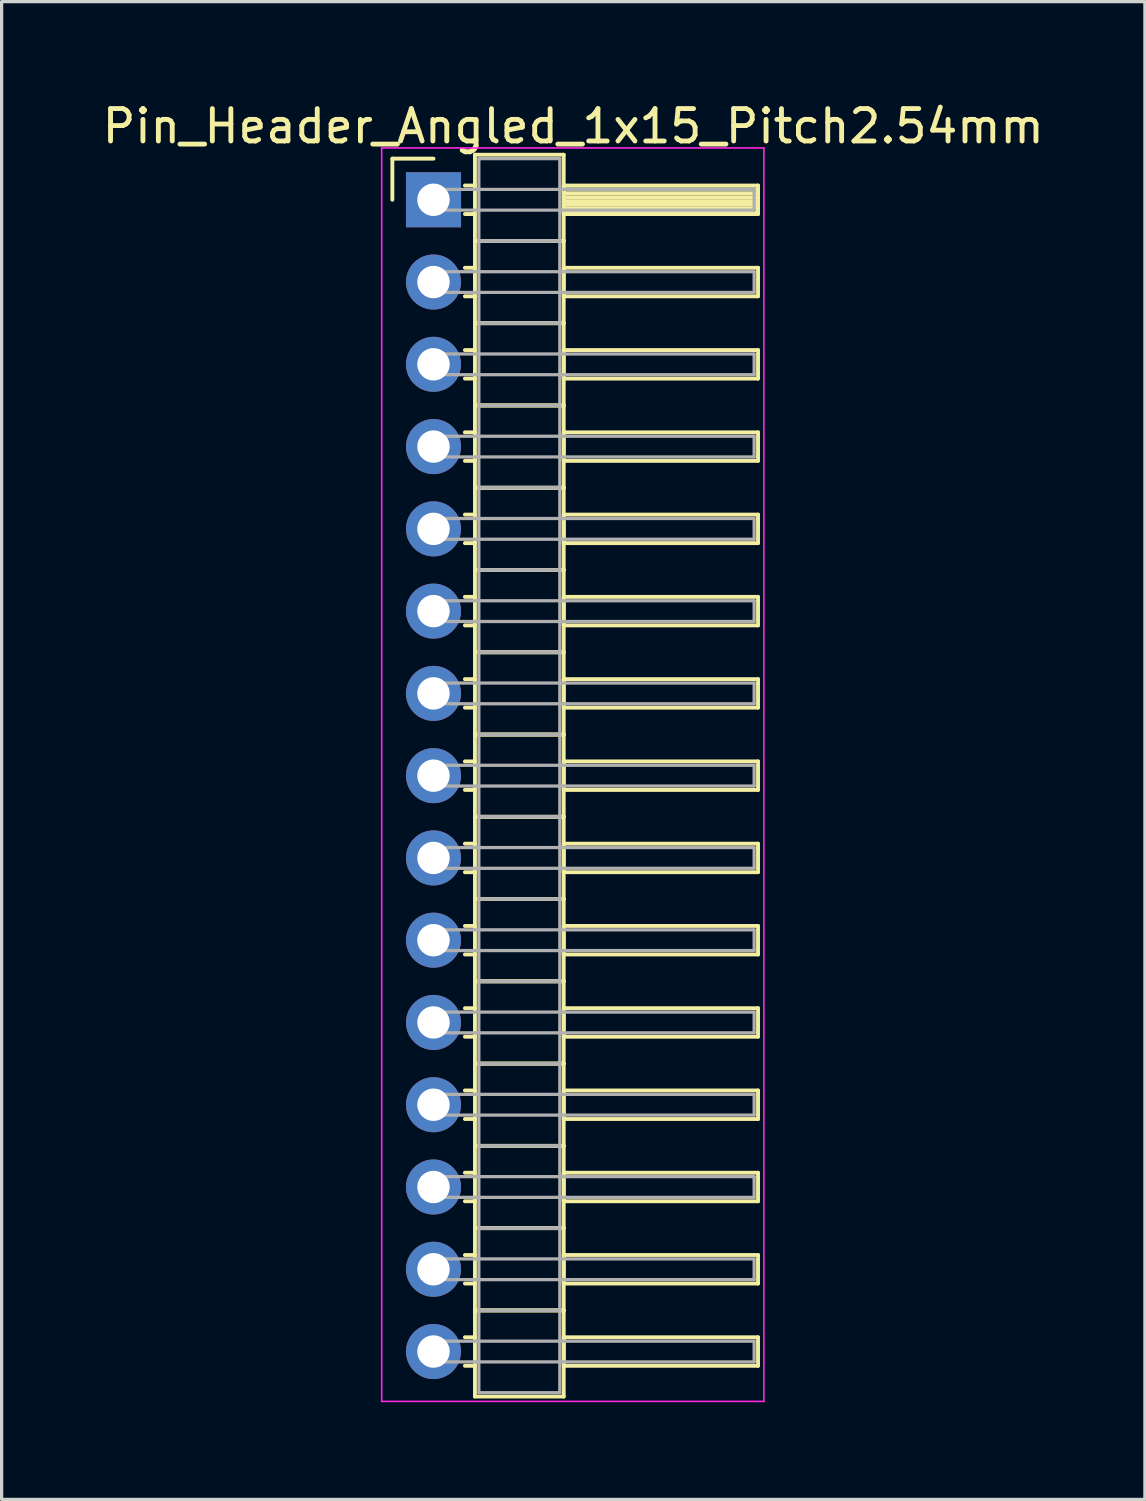
<source format=kicad_pcb>
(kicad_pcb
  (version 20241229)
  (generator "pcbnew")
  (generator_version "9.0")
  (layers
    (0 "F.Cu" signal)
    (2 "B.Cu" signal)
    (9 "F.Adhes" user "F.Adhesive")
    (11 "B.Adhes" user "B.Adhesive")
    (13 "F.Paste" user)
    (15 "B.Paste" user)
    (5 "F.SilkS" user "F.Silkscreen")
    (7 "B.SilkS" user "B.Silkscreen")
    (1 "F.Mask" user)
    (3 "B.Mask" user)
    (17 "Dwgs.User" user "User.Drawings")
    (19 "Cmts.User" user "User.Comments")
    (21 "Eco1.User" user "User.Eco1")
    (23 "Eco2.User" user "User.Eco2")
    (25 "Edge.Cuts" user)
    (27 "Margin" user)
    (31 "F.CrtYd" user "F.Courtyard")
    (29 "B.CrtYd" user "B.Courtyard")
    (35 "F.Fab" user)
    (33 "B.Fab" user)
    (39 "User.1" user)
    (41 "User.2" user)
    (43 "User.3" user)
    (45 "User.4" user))
  (footprint "Pin_Header_Angled_1x15_Pitch2.54mm"
    (layer "F.Cu")
    (at 10.334 3.118)
    (property "Reference" "Pin_Header_Angled_1x15_Pitch2.54mm" (at 4.315 -2.27 0) (layer "F.SilkS") (effects (font (size 1 1) (thickness 0.15))))
    (attr through_hole)
    (fp_line (start -1.27 -1.27) (end 0 -1.27) (stroke (width 0.12) (type solid)) (layer "F.SilkS"))
    (fp_line (start -1.27 0) (end -1.27 -1.27) (stroke (width 0.12) (type solid)) (layer "F.SilkS"))
    (fp_line (start 0.97 -0.44) (end 1.28 -0.44) (stroke (width 0.12) (type solid)) (layer "F.SilkS"))
    (fp_line (start 0.97 0.44) (end 1.28 0.44) (stroke (width 0.12) (type solid)) (layer "F.SilkS"))
    (fp_line (start 0.97 2.1) (end 1.28 2.1) (stroke (width 0.12) (type solid)) (layer "F.SilkS"))
    (fp_line (start 0.97 2.98) (end 1.28 2.98) (stroke (width 0.12) (type solid)) (layer "F.SilkS"))
    (fp_line (start 0.97 4.64) (end 1.28 4.64) (stroke (width 0.12) (type solid)) (layer "F.SilkS"))
    (fp_line (start 0.97 5.52) (end 1.28 5.52) (stroke (width 0.12) (type solid)) (layer "F.SilkS"))
    (fp_line (start 0.97 7.18) (end 1.28 7.18) (stroke (width 0.12) (type solid)) (layer "F.SilkS"))
    (fp_line (start 0.97 8.06) (end 1.28 8.06) (stroke (width 0.12) (type solid)) (layer "F.SilkS"))
    (fp_line (start 0.97 9.72) (end 1.28 9.72) (stroke (width 0.12) (type solid)) (layer "F.SilkS"))
    (fp_line (start 0.97 10.6) (end 1.28 10.6) (stroke (width 0.12) (type solid)) (layer "F.SilkS"))
    (fp_line (start 0.97 12.26) (end 1.28 12.26) (stroke (width 0.12) (type solid)) (layer "F.SilkS"))
    (fp_line (start 0.97 13.14) (end 1.28 13.14) (stroke (width 0.12) (type solid)) (layer "F.SilkS"))
    (fp_line (start 0.97 14.8) (end 1.28 14.8) (stroke (width 0.12) (type solid)) (layer "F.SilkS"))
    (fp_line (start 0.97 15.68) (end 1.28 15.68) (stroke (width 0.12) (type solid)) (layer "F.SilkS"))
    (fp_line (start 0.97 17.34) (end 1.28 17.34) (stroke (width 0.12) (type solid)) (layer "F.SilkS"))
    (fp_line (start 0.97 18.22) (end 1.28 18.22) (stroke (width 0.12) (type solid)) (layer "F.SilkS"))
    (fp_line (start 0.97 19.88) (end 1.28 19.88) (stroke (width 0.12) (type solid)) (layer "F.SilkS"))
    (fp_line (start 0.97 20.76) (end 1.28 20.76) (stroke (width 0.12) (type solid)) (layer "F.SilkS"))
    (fp_line (start 0.97 22.42) (end 1.28 22.42) (stroke (width 0.12) (type solid)) (layer "F.SilkS"))
    (fp_line (start 0.97 23.3) (end 1.28 23.3) (stroke (width 0.12) (type solid)) (layer "F.SilkS"))
    (fp_line (start 0.97 24.96) (end 1.28 24.96) (stroke (width 0.12) (type solid)) (layer "F.SilkS"))
    (fp_line (start 0.97 25.84) (end 1.28 25.84) (stroke (width 0.12) (type solid)) (layer "F.SilkS"))
    (fp_line (start 0.97 27.5) (end 1.28 27.5) (stroke (width 0.12) (type solid)) (layer "F.SilkS"))
    (fp_line (start 0.97 28.38) (end 1.28 28.38) (stroke (width 0.12) (type solid)) (layer "F.SilkS"))
    (fp_line (start 0.97 30.04) (end 1.28 30.04) (stroke (width 0.12) (type solid)) (layer "F.SilkS"))
    (fp_line (start 0.97 30.92) (end 1.28 30.92) (stroke (width 0.12) (type solid)) (layer "F.SilkS"))
    (fp_line (start 0.97 32.58) (end 1.28 32.58) (stroke (width 0.12) (type solid)) (layer "F.SilkS"))
    (fp_line (start 0.97 33.46) (end 1.28 33.46) (stroke (width 0.12) (type solid)) (layer "F.SilkS"))
    (fp_line (start 0.97 35.12) (end 1.28 35.12) (stroke (width 0.12) (type solid)) (layer "F.SilkS"))
    (fp_line (start 0.97 36) (end 1.28 36) (stroke (width 0.12) (type solid)) (layer "F.SilkS"))
    (fp_line (start 1.28 -1.39) (end 1.28 1.27) (stroke (width 0.12) (type solid)) (layer "F.SilkS"))
    (fp_line (start 1.28 1.27) (end 1.28 3.81) (stroke (width 0.12) (type solid)) (layer "F.SilkS"))
    (fp_line (start 1.28 1.27) (end 4.02 1.27) (stroke (width 0.12) (type solid)) (layer "F.SilkS"))
    (fp_line (start 1.28 3.81) (end 1.28 6.35) (stroke (width 0.12) (type solid)) (layer "F.SilkS"))
    (fp_line (start 1.28 3.81) (end 4.02 3.81) (stroke (width 0.12) (type solid)) (layer "F.SilkS"))
    (fp_line (start 1.28 6.35) (end 1.28 8.89) (stroke (width 0.12) (type solid)) (layer "F.SilkS"))
    (fp_line (start 1.28 6.35) (end 4.02 6.35) (stroke (width 0.12) (type solid)) (layer "F.SilkS"))
    (fp_line (start 1.28 8.89) (end 1.28 11.43) (stroke (width 0.12) (type solid)) (layer "F.SilkS"))
    (fp_line (start 1.28 8.89) (end 4.02 8.89) (stroke (width 0.12) (type solid)) (layer "F.SilkS"))
    (fp_line (start 1.28 11.43) (end 1.28 13.97) (stroke (width 0.12) (type solid)) (layer "F.SilkS"))
    (fp_line (start 1.28 11.43) (end 4.02 11.43) (stroke (width 0.12) (type solid)) (layer "F.SilkS"))
    (fp_line (start 1.28 13.97) (end 1.28 16.51) (stroke (width 0.12) (type solid)) (layer "F.SilkS"))
    (fp_line (start 1.28 13.97) (end 4.02 13.97) (stroke (width 0.12) (type solid)) (layer "F.SilkS"))
    (fp_line (start 1.28 16.51) (end 1.28 19.05) (stroke (width 0.12) (type solid)) (layer "F.SilkS"))
    (fp_line (start 1.28 16.51) (end 4.02 16.51) (stroke (width 0.12) (type solid)) (layer "F.SilkS"))
    (fp_line (start 1.28 19.05) (end 1.28 21.59) (stroke (width 0.12) (type solid)) (layer "F.SilkS"))
    (fp_line (start 1.28 19.05) (end 4.02 19.05) (stroke (width 0.12) (type solid)) (layer "F.SilkS"))
    (fp_line (start 1.28 21.59) (end 1.28 24.13) (stroke (width 0.12) (type solid)) (layer "F.SilkS"))
    (fp_line (start 1.28 21.59) (end 4.02 21.59) (stroke (width 0.12) (type solid)) (layer "F.SilkS"))
    (fp_line (start 1.28 24.13) (end 1.28 26.67) (stroke (width 0.12) (type solid)) (layer "F.SilkS"))
    (fp_line (start 1.28 24.13) (end 4.02 24.13) (stroke (width 0.12) (type solid)) (layer "F.SilkS"))
    (fp_line (start 1.28 26.67) (end 1.28 29.21) (stroke (width 0.12) (type solid)) (layer "F.SilkS"))
    (fp_line (start 1.28 26.67) (end 4.02 26.67) (stroke (width 0.12) (type solid)) (layer "F.SilkS"))
    (fp_line (start 1.28 29.21) (end 1.28 31.75) (stroke (width 0.12) (type solid)) (layer "F.SilkS"))
    (fp_line (start 1.28 29.21) (end 4.02 29.21) (stroke (width 0.12) (type solid)) (layer "F.SilkS"))
    (fp_line (start 1.28 31.75) (end 1.28 34.29) (stroke (width 0.12) (type solid)) (layer "F.SilkS"))
    (fp_line (start 1.28 31.75) (end 4.02 31.75) (stroke (width 0.12) (type solid)) (layer "F.SilkS"))
    (fp_line (start 1.28 34.29) (end 1.28 36.95) (stroke (width 0.12) (type solid)) (layer "F.SilkS"))
    (fp_line (start 1.28 34.29) (end 4.02 34.29) (stroke (width 0.12) (type solid)) (layer "F.SilkS"))
    (fp_line (start 1.28 36.95) (end 4.02 36.95) (stroke (width 0.12) (type solid)) (layer "F.SilkS"))
    (fp_line (start 4.02 -1.39) (end 1.28 -1.39) (stroke (width 0.12) (type solid)) (layer "F.SilkS"))
    (fp_line (start 4.02 -0.44) (end 4.02 0.44) (stroke (width 0.12) (type solid)) (layer "F.SilkS"))
    (fp_line (start 4.02 -0.32) (end 10.02 -0.32) (stroke (width 0.12) (type solid)) (layer "F.SilkS"))
    (fp_line (start 4.02 -0.2) (end 10.02 -0.2) (stroke (width 0.12) (type solid)) (layer "F.SilkS"))
    (fp_line (start 4.02 -0.08) (end 10.02 -0.08) (stroke (width 0.12) (type solid)) (layer "F.SilkS"))
    (fp_line (start 4.02 0.04) (end 10.02 0.04) (stroke (width 0.12) (type solid)) (layer "F.SilkS"))
    (fp_line (start 4.02 0.16) (end 10.02 0.16) (stroke (width 0.12) (type solid)) (layer "F.SilkS"))
    (fp_line (start 4.02 0.28) (end 10.02 0.28) (stroke (width 0.12) (type solid)) (layer "F.SilkS"))
    (fp_line (start 4.02 0.4) (end 10.02 0.4) (stroke (width 0.12) (type solid)) (layer "F.SilkS"))
    (fp_line (start 4.02 0.44) (end 10.02 0.44) (stroke (width 0.12) (type solid)) (layer "F.SilkS"))
    (fp_line (start 4.02 1.27) (end 1.28 1.27) (stroke (width 0.12) (type solid)) (layer "F.SilkS"))
    (fp_line (start 4.02 1.27) (end 4.02 -1.39) (stroke (width 0.12) (type solid)) (layer "F.SilkS"))
    (fp_line (start 4.02 2.1) (end 4.02 2.98) (stroke (width 0.12) (type solid)) (layer "F.SilkS"))
    (fp_line (start 4.02 2.98) (end 10.02 2.98) (stroke (width 0.12) (type solid)) (layer "F.SilkS"))
    (fp_line (start 4.02 3.81) (end 1.28 3.81) (stroke (width 0.12) (type solid)) (layer "F.SilkS"))
    (fp_line (start 4.02 3.81) (end 4.02 1.27) (stroke (width 0.12) (type solid)) (layer "F.SilkS"))
    (fp_line (start 4.02 4.64) (end 4.02 5.52) (stroke (width 0.12) (type solid)) (layer "F.SilkS"))
    (fp_line (start 4.02 5.52) (end 10.02 5.52) (stroke (width 0.12) (type solid)) (layer "F.SilkS"))
    (fp_line (start 4.02 6.35) (end 1.28 6.35) (stroke (width 0.12) (type solid)) (layer "F.SilkS"))
    (fp_line (start 4.02 6.35) (end 4.02 3.81) (stroke (width 0.12) (type solid)) (layer "F.SilkS"))
    (fp_line (start 4.02 7.18) (end 4.02 8.06) (stroke (width 0.12) (type solid)) (layer "F.SilkS"))
    (fp_line (start 4.02 8.06) (end 10.02 8.06) (stroke (width 0.12) (type solid)) (layer "F.SilkS"))
    (fp_line (start 4.02 8.89) (end 1.28 8.89) (stroke (width 0.12) (type solid)) (layer "F.SilkS"))
    (fp_line (start 4.02 8.89) (end 4.02 6.35) (stroke (width 0.12) (type solid)) (layer "F.SilkS"))
    (fp_line (start 4.02 9.72) (end 4.02 10.6) (stroke (width 0.12) (type solid)) (layer "F.SilkS"))
    (fp_line (start 4.02 10.6) (end 10.02 10.6) (stroke (width 0.12) (type solid)) (layer "F.SilkS"))
    (fp_line (start 4.02 11.43) (end 1.28 11.43) (stroke (width 0.12) (type solid)) (layer "F.SilkS"))
    (fp_line (start 4.02 11.43) (end 4.02 8.89) (stroke (width 0.12) (type solid)) (layer "F.SilkS"))
    (fp_line (start 4.02 12.26) (end 4.02 13.14) (stroke (width 0.12) (type solid)) (layer "F.SilkS"))
    (fp_line (start 4.02 13.14) (end 10.02 13.14) (stroke (width 0.12) (type solid)) (layer "F.SilkS"))
    (fp_line (start 4.02 13.97) (end 1.28 13.97) (stroke (width 0.12) (type solid)) (layer "F.SilkS"))
    (fp_line (start 4.02 13.97) (end 4.02 11.43) (stroke (width 0.12) (type solid)) (layer "F.SilkS"))
    (fp_line (start 4.02 14.8) (end 4.02 15.68) (stroke (width 0.12) (type solid)) (layer "F.SilkS"))
    (fp_line (start 4.02 15.68) (end 10.02 15.68) (stroke (width 0.12) (type solid)) (layer "F.SilkS"))
    (fp_line (start 4.02 16.51) (end 1.28 16.51) (stroke (width 0.12) (type solid)) (layer "F.SilkS"))
    (fp_line (start 4.02 16.51) (end 4.02 13.97) (stroke (width 0.12) (type solid)) (layer "F.SilkS"))
    (fp_line (start 4.02 17.34) (end 4.02 18.22) (stroke (width 0.12) (type solid)) (layer "F.SilkS"))
    (fp_line (start 4.02 18.22) (end 10.02 18.22) (stroke (width 0.12) (type solid)) (layer "F.SilkS"))
    (fp_line (start 4.02 19.05) (end 1.28 19.05) (stroke (width 0.12) (type solid)) (layer "F.SilkS"))
    (fp_line (start 4.02 19.05) (end 4.02 16.51) (stroke (width 0.12) (type solid)) (layer "F.SilkS"))
    (fp_line (start 4.02 19.88) (end 4.02 20.76) (stroke (width 0.12) (type solid)) (layer "F.SilkS"))
    (fp_line (start 4.02 20.76) (end 10.02 20.76) (stroke (width 0.12) (type solid)) (layer "F.SilkS"))
    (fp_line (start 4.02 21.59) (end 1.28 21.59) (stroke (width 0.12) (type solid)) (layer "F.SilkS"))
    (fp_line (start 4.02 21.59) (end 4.02 19.05) (stroke (width 0.12) (type solid)) (layer "F.SilkS"))
    (fp_line (start 4.02 22.42) (end 4.02 23.3) (stroke (width 0.12) (type solid)) (layer "F.SilkS"))
    (fp_line (start 4.02 23.3) (end 10.02 23.3) (stroke (width 0.12) (type solid)) (layer "F.SilkS"))
    (fp_line (start 4.02 24.13) (end 1.28 24.13) (stroke (width 0.12) (type solid)) (layer "F.SilkS"))
    (fp_line (start 4.02 24.13) (end 4.02 21.59) (stroke (width 0.12) (type solid)) (layer "F.SilkS"))
    (fp_line (start 4.02 24.96) (end 4.02 25.84) (stroke (width 0.12) (type solid)) (layer "F.SilkS"))
    (fp_line (start 4.02 25.84) (end 10.02 25.84) (stroke (width 0.12) (type solid)) (layer "F.SilkS"))
    (fp_line (start 4.02 26.67) (end 1.28 26.67) (stroke (width 0.12) (type solid)) (layer "F.SilkS"))
    (fp_line (start 4.02 26.67) (end 4.02 24.13) (stroke (width 0.12) (type solid)) (layer "F.SilkS"))
    (fp_line (start 4.02 27.5) (end 4.02 28.38) (stroke (width 0.12) (type solid)) (layer "F.SilkS"))
    (fp_line (start 4.02 28.38) (end 10.02 28.38) (stroke (width 0.12) (type solid)) (layer "F.SilkS"))
    (fp_line (start 4.02 29.21) (end 1.28 29.21) (stroke (width 0.12) (type solid)) (layer "F.SilkS"))
    (fp_line (start 4.02 29.21) (end 4.02 26.67) (stroke (width 0.12) (type solid)) (layer "F.SilkS"))
    (fp_line (start 4.02 30.04) (end 4.02 30.92) (stroke (width 0.12) (type solid)) (layer "F.SilkS"))
    (fp_line (start 4.02 30.92) (end 10.02 30.92) (stroke (width 0.12) (type solid)) (layer "F.SilkS"))
    (fp_line (start 4.02 31.75) (end 1.28 31.75) (stroke (width 0.12) (type solid)) (layer "F.SilkS"))
    (fp_line (start 4.02 31.75) (end 4.02 29.21) (stroke (width 0.12) (type solid)) (layer "F.SilkS"))
    (fp_line (start 4.02 32.58) (end 4.02 33.46) (stroke (width 0.12) (type solid)) (layer "F.SilkS"))
    (fp_line (start 4.02 33.46) (end 10.02 33.46) (stroke (width 0.12) (type solid)) (layer "F.SilkS"))
    (fp_line (start 4.02 34.29) (end 1.28 34.29) (stroke (width 0.12) (type solid)) (layer "F.SilkS"))
    (fp_line (start 4.02 34.29) (end 4.02 31.75) (stroke (width 0.12) (type solid)) (layer "F.SilkS"))
    (fp_line (start 4.02 35.12) (end 4.02 36) (stroke (width 0.12) (type solid)) (layer "F.SilkS"))
    (fp_line (start 4.02 36) (end 10.02 36) (stroke (width 0.12) (type solid)) (layer "F.SilkS"))
    (fp_line (start 4.02 36.95) (end 4.02 34.29) (stroke (width 0.12) (type solid)) (layer "F.SilkS"))
    (fp_line (start 10.02 -0.44) (end 4.02 -0.44) (stroke (width 0.12) (type solid)) (layer "F.SilkS"))
    (fp_line (start 10.02 0.44) (end 10.02 -0.44) (stroke (width 0.12) (type solid)) (layer "F.SilkS"))
    (fp_line (start 10.02 2.1) (end 4.02 2.1) (stroke (width 0.12) (type solid)) (layer "F.SilkS"))
    (fp_line (start 10.02 2.98) (end 10.02 2.1) (stroke (width 0.12) (type solid)) (layer "F.SilkS"))
    (fp_line (start 10.02 4.64) (end 4.02 4.64) (stroke (width 0.12) (type solid)) (layer "F.SilkS"))
    (fp_line (start 10.02 5.52) (end 10.02 4.64) (stroke (width 0.12) (type solid)) (layer "F.SilkS"))
    (fp_line (start 10.02 7.18) (end 4.02 7.18) (stroke (width 0.12) (type solid)) (layer "F.SilkS"))
    (fp_line (start 10.02 8.06) (end 10.02 7.18) (stroke (width 0.12) (type solid)) (layer "F.SilkS"))
    (fp_line (start 10.02 9.72) (end 4.02 9.72) (stroke (width 0.12) (type solid)) (layer "F.SilkS"))
    (fp_line (start 10.02 10.6) (end 10.02 9.72) (stroke (width 0.12) (type solid)) (layer "F.SilkS"))
    (fp_line (start 10.02 12.26) (end 4.02 12.26) (stroke (width 0.12) (type solid)) (layer "F.SilkS"))
    (fp_line (start 10.02 13.14) (end 10.02 12.26) (stroke (width 0.12) (type solid)) (layer "F.SilkS"))
    (fp_line (start 10.02 14.8) (end 4.02 14.8) (stroke (width 0.12) (type solid)) (layer "F.SilkS"))
    (fp_line (start 10.02 15.68) (end 10.02 14.8) (stroke (width 0.12) (type solid)) (layer "F.SilkS"))
    (fp_line (start 10.02 17.34) (end 4.02 17.34) (stroke (width 0.12) (type solid)) (layer "F.SilkS"))
    (fp_line (start 10.02 18.22) (end 10.02 17.34) (stroke (width 0.12) (type solid)) (layer "F.SilkS"))
    (fp_line (start 10.02 19.88) (end 4.02 19.88) (stroke (width 0.12) (type solid)) (layer "F.SilkS"))
    (fp_line (start 10.02 20.76) (end 10.02 19.88) (stroke (width 0.12) (type solid)) (layer "F.SilkS"))
    (fp_line (start 10.02 22.42) (end 4.02 22.42) (stroke (width 0.12) (type solid)) (layer "F.SilkS"))
    (fp_line (start 10.02 23.3) (end 10.02 22.42) (stroke (width 0.12) (type solid)) (layer "F.SilkS"))
    (fp_line (start 10.02 24.96) (end 4.02 24.96) (stroke (width 0.12) (type solid)) (layer "F.SilkS"))
    (fp_line (start 10.02 25.84) (end 10.02 24.96) (stroke (width 0.12) (type solid)) (layer "F.SilkS"))
    (fp_line (start 10.02 27.5) (end 4.02 27.5) (stroke (width 0.12) (type solid)) (layer "F.SilkS"))
    (fp_line (start 10.02 28.38) (end 10.02 27.5) (stroke (width 0.12) (type solid)) (layer "F.SilkS"))
    (fp_line (start 10.02 30.04) (end 4.02 30.04) (stroke (width 0.12) (type solid)) (layer "F.SilkS"))
    (fp_line (start 10.02 30.92) (end 10.02 30.04) (stroke (width 0.12) (type solid)) (layer "F.SilkS"))
    (fp_line (start 10.02 32.58) (end 4.02 32.58) (stroke (width 0.12) (type solid)) (layer "F.SilkS"))
    (fp_line (start 10.02 33.46) (end 10.02 32.58) (stroke (width 0.12) (type solid)) (layer "F.SilkS"))
    (fp_line (start 10.02 35.12) (end 4.02 35.12) (stroke (width 0.12) (type solid)) (layer "F.SilkS"))
    (fp_line (start 10.02 36) (end 10.02 35.12) (stroke (width 0.12) (type solid)) (layer "F.SilkS"))
    (fp_line (start -1.6 -1.6) (end -1.6 37.1) (stroke (width 0.05) (type solid)) (layer "F.CrtYd"))
    (fp_line (start -1.6 37.1) (end 10.2 37.1) (stroke (width 0.05) (type solid)) (layer "F.CrtYd"))
    (fp_line (start 10.2 -1.6) (end -1.6 -1.6) (stroke (width 0.05) (type solid)) (layer "F.CrtYd"))
    (fp_line (start 10.2 37.1) (end 10.2 -1.6) (stroke (width 0.05) (type solid)) (layer "F.CrtYd"))
    (fp_line (start 0 -0.32) (end 0 0.32) (stroke (width 0.1) (type solid)) (layer "F.Fab"))
    (fp_line (start 0 0.32) (end 9.9 0.32) (stroke (width 0.1) (type solid)) (layer "F.Fab"))
    (fp_line (start 0 2.22) (end 0 2.86) (stroke (width 0.1) (type solid)) (layer "F.Fab"))
    (fp_line (start 0 2.86) (end 9.9 2.86) (stroke (width 0.1) (type solid)) (layer "F.Fab"))
    (fp_line (start 0 4.76) (end 0 5.4) (stroke (width 0.1) (type solid)) (layer "F.Fab"))
    (fp_line (start 0 5.4) (end 9.9 5.4) (stroke (width 0.1) (type solid)) (layer "F.Fab"))
    (fp_line (start 0 7.3) (end 0 7.94) (stroke (width 0.1) (type solid)) (layer "F.Fab"))
    (fp_line (start 0 7.94) (end 9.9 7.94) (stroke (width 0.1) (type solid)) (layer "F.Fab"))
    (fp_line (start 0 9.84) (end 0 10.48) (stroke (width 0.1) (type solid)) (layer "F.Fab"))
    (fp_line (start 0 10.48) (end 9.9 10.48) (stroke (width 0.1) (type solid)) (layer "F.Fab"))
    (fp_line (start 0 12.38) (end 0 13.02) (stroke (width 0.1) (type solid)) (layer "F.Fab"))
    (fp_line (start 0 13.02) (end 9.9 13.02) (stroke (width 0.1) (type solid)) (layer "F.Fab"))
    (fp_line (start 0 14.92) (end 0 15.56) (stroke (width 0.1) (type solid)) (layer "F.Fab"))
    (fp_line (start 0 15.56) (end 9.9 15.56) (stroke (width 0.1) (type solid)) (layer "F.Fab"))
    (fp_line (start 0 17.46) (end 0 18.1) (stroke (width 0.1) (type solid)) (layer "F.Fab"))
    (fp_line (start 0 18.1) (end 9.9 18.1) (stroke (width 0.1) (type solid)) (layer "F.Fab"))
    (fp_line (start 0 20) (end 0 20.64) (stroke (width 0.1) (type solid)) (layer "F.Fab"))
    (fp_line (start 0 20.64) (end 9.9 20.64) (stroke (width 0.1) (type solid)) (layer "F.Fab"))
    (fp_line (start 0 22.54) (end 0 23.18) (stroke (width 0.1) (type solid)) (layer "F.Fab"))
    (fp_line (start 0 23.18) (end 9.9 23.18) (stroke (width 0.1) (type solid)) (layer "F.Fab"))
    (fp_line (start 0 25.08) (end 0 25.72) (stroke (width 0.1) (type solid)) (layer "F.Fab"))
    (fp_line (start 0 25.72) (end 9.9 25.72) (stroke (width 0.1) (type solid)) (layer "F.Fab"))
    (fp_line (start 0 27.62) (end 0 28.26) (stroke (width 0.1) (type solid)) (layer "F.Fab"))
    (fp_line (start 0 28.26) (end 9.9 28.26) (stroke (width 0.1) (type solid)) (layer "F.Fab"))
    (fp_line (start 0 30.16) (end 0 30.8) (stroke (width 0.1) (type solid)) (layer "F.Fab"))
    (fp_line (start 0 30.8) (end 9.9 30.8) (stroke (width 0.1) (type solid)) (layer "F.Fab"))
    (fp_line (start 0 32.7) (end 0 33.34) (stroke (width 0.1) (type solid)) (layer "F.Fab"))
    (fp_line (start 0 33.34) (end 9.9 33.34) (stroke (width 0.1) (type solid)) (layer "F.Fab"))
    (fp_line (start 0 35.24) (end 0 35.88) (stroke (width 0.1) (type solid)) (layer "F.Fab"))
    (fp_line (start 0 35.88) (end 9.9 35.88) (stroke (width 0.1) (type solid)) (layer "F.Fab"))
    (fp_line (start 1.4 -1.27) (end 1.4 1.27) (stroke (width 0.1) (type solid)) (layer "F.Fab"))
    (fp_line (start 1.4 1.27) (end 1.4 3.81) (stroke (width 0.1) (type solid)) (layer "F.Fab"))
    (fp_line (start 1.4 1.27) (end 3.9 1.27) (stroke (width 0.1) (type solid)) (layer "F.Fab"))
    (fp_line (start 1.4 3.81) (end 1.4 6.35) (stroke (width 0.1) (type solid)) (layer "F.Fab"))
    (fp_line (start 1.4 3.81) (end 3.9 3.81) (stroke (width 0.1) (type solid)) (layer "F.Fab"))
    (fp_line (start 1.4 6.35) (end 1.4 8.89) (stroke (width 0.1) (type solid)) (layer "F.Fab"))
    (fp_line (start 1.4 6.35) (end 3.9 6.35) (stroke (width 0.1) (type solid)) (layer "F.Fab"))
    (fp_line (start 1.4 8.89) (end 1.4 11.43) (stroke (width 0.1) (type solid)) (layer "F.Fab"))
    (fp_line (start 1.4 8.89) (end 3.9 8.89) (stroke (width 0.1) (type solid)) (layer "F.Fab"))
    (fp_line (start 1.4 11.43) (end 1.4 13.97) (stroke (width 0.1) (type solid)) (layer "F.Fab"))
    (fp_line (start 1.4 11.43) (end 3.9 11.43) (stroke (width 0.1) (type solid)) (layer "F.Fab"))
    (fp_line (start 1.4 13.97) (end 1.4 16.51) (stroke (width 0.1) (type solid)) (layer "F.Fab"))
    (fp_line (start 1.4 13.97) (end 3.9 13.97) (stroke (width 0.1) (type solid)) (layer "F.Fab"))
    (fp_line (start 1.4 16.51) (end 1.4 19.05) (stroke (width 0.1) (type solid)) (layer "F.Fab"))
    (fp_line (start 1.4 16.51) (end 3.9 16.51) (stroke (width 0.1) (type solid)) (layer "F.Fab"))
    (fp_line (start 1.4 19.05) (end 1.4 21.59) (stroke (width 0.1) (type solid)) (layer "F.Fab"))
    (fp_line (start 1.4 19.05) (end 3.9 19.05) (stroke (width 0.1) (type solid)) (layer "F.Fab"))
    (fp_line (start 1.4 21.59) (end 1.4 24.13) (stroke (width 0.1) (type solid)) (layer "F.Fab"))
    (fp_line (start 1.4 21.59) (end 3.9 21.59) (stroke (width 0.1) (type solid)) (layer "F.Fab"))
    (fp_line (start 1.4 24.13) (end 1.4 26.67) (stroke (width 0.1) (type solid)) (layer "F.Fab"))
    (fp_line (start 1.4 24.13) (end 3.9 24.13) (stroke (width 0.1) (type solid)) (layer "F.Fab"))
    (fp_line (start 1.4 26.67) (end 1.4 29.21) (stroke (width 0.1) (type solid)) (layer "F.Fab"))
    (fp_line (start 1.4 26.67) (end 3.9 26.67) (stroke (width 0.1) (type solid)) (layer "F.Fab"))
    (fp_line (start 1.4 29.21) (end 1.4 31.75) (stroke (width 0.1) (type solid)) (layer "F.Fab"))
    (fp_line (start 1.4 29.21) (end 3.9 29.21) (stroke (width 0.1) (type solid)) (layer "F.Fab"))
    (fp_line (start 1.4 31.75) (end 1.4 34.29) (stroke (width 0.1) (type solid)) (layer "F.Fab"))
    (fp_line (start 1.4 31.75) (end 3.9 31.75) (stroke (width 0.1) (type solid)) (layer "F.Fab"))
    (fp_line (start 1.4 34.29) (end 1.4 36.83) (stroke (width 0.1) (type solid)) (layer "F.Fab"))
    (fp_line (start 1.4 34.29) (end 3.9 34.29) (stroke (width 0.1) (type solid)) (layer "F.Fab"))
    (fp_line (start 1.4 36.83) (end 3.9 36.83) (stroke (width 0.1) (type solid)) (layer "F.Fab"))
    (fp_line (start 3.9 -1.27) (end 1.4 -1.27) (stroke (width 0.1) (type solid)) (layer "F.Fab"))
    (fp_line (start 3.9 1.27) (end 1.4 1.27) (stroke (width 0.1) (type solid)) (layer "F.Fab"))
    (fp_line (start 3.9 1.27) (end 3.9 -1.27) (stroke (width 0.1) (type solid)) (layer "F.Fab"))
    (fp_line (start 3.9 3.81) (end 1.4 3.81) (stroke (width 0.1) (type solid)) (layer "F.Fab"))
    (fp_line (start 3.9 3.81) (end 3.9 1.27) (stroke (width 0.1) (type solid)) (layer "F.Fab"))
    (fp_line (start 3.9 6.35) (end 1.4 6.35) (stroke (width 0.1) (type solid)) (layer "F.Fab"))
    (fp_line (start 3.9 6.35) (end 3.9 3.81) (stroke (width 0.1) (type solid)) (layer "F.Fab"))
    (fp_line (start 3.9 8.89) (end 1.4 8.89) (stroke (width 0.1) (type solid)) (layer "F.Fab"))
    (fp_line (start 3.9 8.89) (end 3.9 6.35) (stroke (width 0.1) (type solid)) (layer "F.Fab"))
    (fp_line (start 3.9 11.43) (end 1.4 11.43) (stroke (width 0.1) (type solid)) (layer "F.Fab"))
    (fp_line (start 3.9 11.43) (end 3.9 8.89) (stroke (width 0.1) (type solid)) (layer "F.Fab"))
    (fp_line (start 3.9 13.97) (end 1.4 13.97) (stroke (width 0.1) (type solid)) (layer "F.Fab"))
    (fp_line (start 3.9 13.97) (end 3.9 11.43) (stroke (width 0.1) (type solid)) (layer "F.Fab"))
    (fp_line (start 3.9 16.51) (end 1.4 16.51) (stroke (width 0.1) (type solid)) (layer "F.Fab"))
    (fp_line (start 3.9 16.51) (end 3.9 13.97) (stroke (width 0.1) (type solid)) (layer "F.Fab"))
    (fp_line (start 3.9 19.05) (end 1.4 19.05) (stroke (width 0.1) (type solid)) (layer "F.Fab"))
    (fp_line (start 3.9 19.05) (end 3.9 16.51) (stroke (width 0.1) (type solid)) (layer "F.Fab"))
    (fp_line (start 3.9 21.59) (end 1.4 21.59) (stroke (width 0.1) (type solid)) (layer "F.Fab"))
    (fp_line (start 3.9 21.59) (end 3.9 19.05) (stroke (width 0.1) (type solid)) (layer "F.Fab"))
    (fp_line (start 3.9 24.13) (end 1.4 24.13) (stroke (width 0.1) (type solid)) (layer "F.Fab"))
    (fp_line (start 3.9 24.13) (end 3.9 21.59) (stroke (width 0.1) (type solid)) (layer "F.Fab"))
    (fp_line (start 3.9 26.67) (end 1.4 26.67) (stroke (width 0.1) (type solid)) (layer "F.Fab"))
    (fp_line (start 3.9 26.67) (end 3.9 24.13) (stroke (width 0.1) (type solid)) (layer "F.Fab"))
    (fp_line (start 3.9 29.21) (end 1.4 29.21) (stroke (width 0.1) (type solid)) (layer "F.Fab"))
    (fp_line (start 3.9 29.21) (end 3.9 26.67) (stroke (width 0.1) (type solid)) (layer "F.Fab"))
    (fp_line (start 3.9 31.75) (end 1.4 31.75) (stroke (width 0.1) (type solid)) (layer "F.Fab"))
    (fp_line (start 3.9 31.75) (end 3.9 29.21) (stroke (width 0.1) (type solid)) (layer "F.Fab"))
    (fp_line (start 3.9 34.29) (end 1.4 34.29) (stroke (width 0.1) (type solid)) (layer "F.Fab"))
    (fp_line (start 3.9 34.29) (end 3.9 31.75) (stroke (width 0.1) (type solid)) (layer "F.Fab"))
    (fp_line (start 3.9 36.83) (end 3.9 34.29) (stroke (width 0.1) (type solid)) (layer "F.Fab"))
    (fp_line (start 9.9 -0.32) (end 0 -0.32) (stroke (width 0.1) (type solid)) (layer "F.Fab"))
    (fp_line (start 9.9 0.32) (end 9.9 -0.32) (stroke (width 0.1) (type solid)) (layer "F.Fab"))
    (fp_line (start 9.9 2.22) (end 0 2.22) (stroke (width 0.1) (type solid)) (layer "F.Fab"))
    (fp_line (start 9.9 2.86) (end 9.9 2.22) (stroke (width 0.1) (type solid)) (layer "F.Fab"))
    (fp_line (start 9.9 4.76) (end 0 4.76) (stroke (width 0.1) (type solid)) (layer "F.Fab"))
    (fp_line (start 9.9 5.4) (end 9.9 4.76) (stroke (width 0.1) (type solid)) (layer "F.Fab"))
    (fp_line (start 9.9 7.3) (end 0 7.3) (stroke (width 0.1) (type solid)) (layer "F.Fab"))
    (fp_line (start 9.9 7.94) (end 9.9 7.3) (stroke (width 0.1) (type solid)) (layer "F.Fab"))
    (fp_line (start 9.9 9.84) (end 0 9.84) (stroke (width 0.1) (type solid)) (layer "F.Fab"))
    (fp_line (start 9.9 10.48) (end 9.9 9.84) (stroke (width 0.1) (type solid)) (layer "F.Fab"))
    (fp_line (start 9.9 12.38) (end 0 12.38) (stroke (width 0.1) (type solid)) (layer "F.Fab"))
    (fp_line (start 9.9 13.02) (end 9.9 12.38) (stroke (width 0.1) (type solid)) (layer "F.Fab"))
    (fp_line (start 9.9 14.92) (end 0 14.92) (stroke (width 0.1) (type solid)) (layer "F.Fab"))
    (fp_line (start 9.9 15.56) (end 9.9 14.92) (stroke (width 0.1) (type solid)) (layer "F.Fab"))
    (fp_line (start 9.9 17.46) (end 0 17.46) (stroke (width 0.1) (type solid)) (layer "F.Fab"))
    (fp_line (start 9.9 18.1) (end 9.9 17.46) (stroke (width 0.1) (type solid)) (layer "F.Fab"))
    (fp_line (start 9.9 20) (end 0 20) (stroke (width 0.1) (type solid)) (layer "F.Fab"))
    (fp_line (start 9.9 20.64) (end 9.9 20) (stroke (width 0.1) (type solid)) (layer "F.Fab"))
    (fp_line (start 9.9 22.54) (end 0 22.54) (stroke (width 0.1) (type solid)) (layer "F.Fab"))
    (fp_line (start 9.9 23.18) (end 9.9 22.54) (stroke (width 0.1) (type solid)) (layer "F.Fab"))
    (fp_line (start 9.9 25.08) (end 0 25.08) (stroke (width 0.1) (type solid)) (layer "F.Fab"))
    (fp_line (start 9.9 25.72) (end 9.9 25.08) (stroke (width 0.1) (type solid)) (layer "F.Fab"))
    (fp_line (start 9.9 27.62) (end 0 27.62) (stroke (width 0.1) (type solid)) (layer "F.Fab"))
    (fp_line (start 9.9 28.26) (end 9.9 27.62) (stroke (width 0.1) (type solid)) (layer "F.Fab"))
    (fp_line (start 9.9 30.16) (end 0 30.16) (stroke (width 0.1) (type solid)) (layer "F.Fab"))
    (fp_line (start 9.9 30.8) (end 9.9 30.16) (stroke (width 0.1) (type solid)) (layer "F.Fab"))
    (fp_line (start 9.9 32.7) (end 0 32.7) (stroke (width 0.1) (type solid)) (layer "F.Fab"))
    (fp_line (start 9.9 33.34) (end 9.9 32.7) (stroke (width 0.1) (type solid)) (layer "F.Fab"))
    (fp_line (start 9.9 35.24) (end 0 35.24) (stroke (width 0.1) (type solid)) (layer "F.Fab"))
    (fp_line (start 9.9 35.88) (end 9.9 35.24) (stroke (width 0.1) (type solid)) (layer "F.Fab"))
    (pad "1" thru_hole rect (at 0 0) (size 1.7 1.7) (drill 1) (layers "*.Cu" "*.Mask"))
    (pad "2" thru_hole oval (at 0 2.54) (size 1.7 1.7) (drill 1) (layers "*.Cu" "*.Mask"))
    (pad "3" thru_hole oval (at 0 5.08) (size 1.7 1.7) (drill 1) (layers "*.Cu" "*.Mask"))
    (pad "4" thru_hole oval (at 0 7.62) (size 1.7 1.7) (drill 1) (layers "*.Cu" "*.Mask"))
    (pad "5" thru_hole oval (at 0 10.16) (size 1.7 1.7) (drill 1) (layers "*.Cu" "*.Mask"))
    (pad "6" thru_hole oval (at 0 12.7) (size 1.7 1.7) (drill 1) (layers "*.Cu" "*.Mask"))
    (pad "7" thru_hole oval (at 0 15.24) (size 1.7 1.7) (drill 1) (layers "*.Cu" "*.Mask"))
    (pad "8" thru_hole oval (at 0 17.78) (size 1.7 1.7) (drill 1) (layers "*.Cu" "*.Mask"))
    (pad "9" thru_hole oval (at 0 20.32) (size 1.7 1.7) (drill 1) (layers "*.Cu" "*.Mask"))
    (pad "10" thru_hole oval (at 0 22.86) (size 1.7 1.7) (drill 1) (layers "*.Cu" "*.Mask"))
    (pad "11" thru_hole oval (at 0 25.4) (size 1.7 1.7) (drill 1) (layers "*.Cu" "*.Mask"))
    (pad "12" thru_hole oval (at 0 27.94) (size 1.7 1.7) (drill 1) (layers "*.Cu" "*.Mask"))
    (pad "13" thru_hole oval (at 0 30.48) (size 1.7 1.7) (drill 1) (layers "*.Cu" "*.Mask"))
    (pad "14" thru_hole oval (at 0 33.02) (size 1.7 1.7) (drill 1) (layers "*.Cu" "*.Mask"))
    (pad "15" thru_hole oval (at 0 35.56) (size 1.7 1.7) (drill 1) (layers "*.Cu" "*.Mask")))
  (gr_rect
    (start -3 -3)
    (end 32.298 43.243)
    (stroke (width 0.1) (type default))
    (fill no)
    (layer "Edge.Cuts")))
</source>
